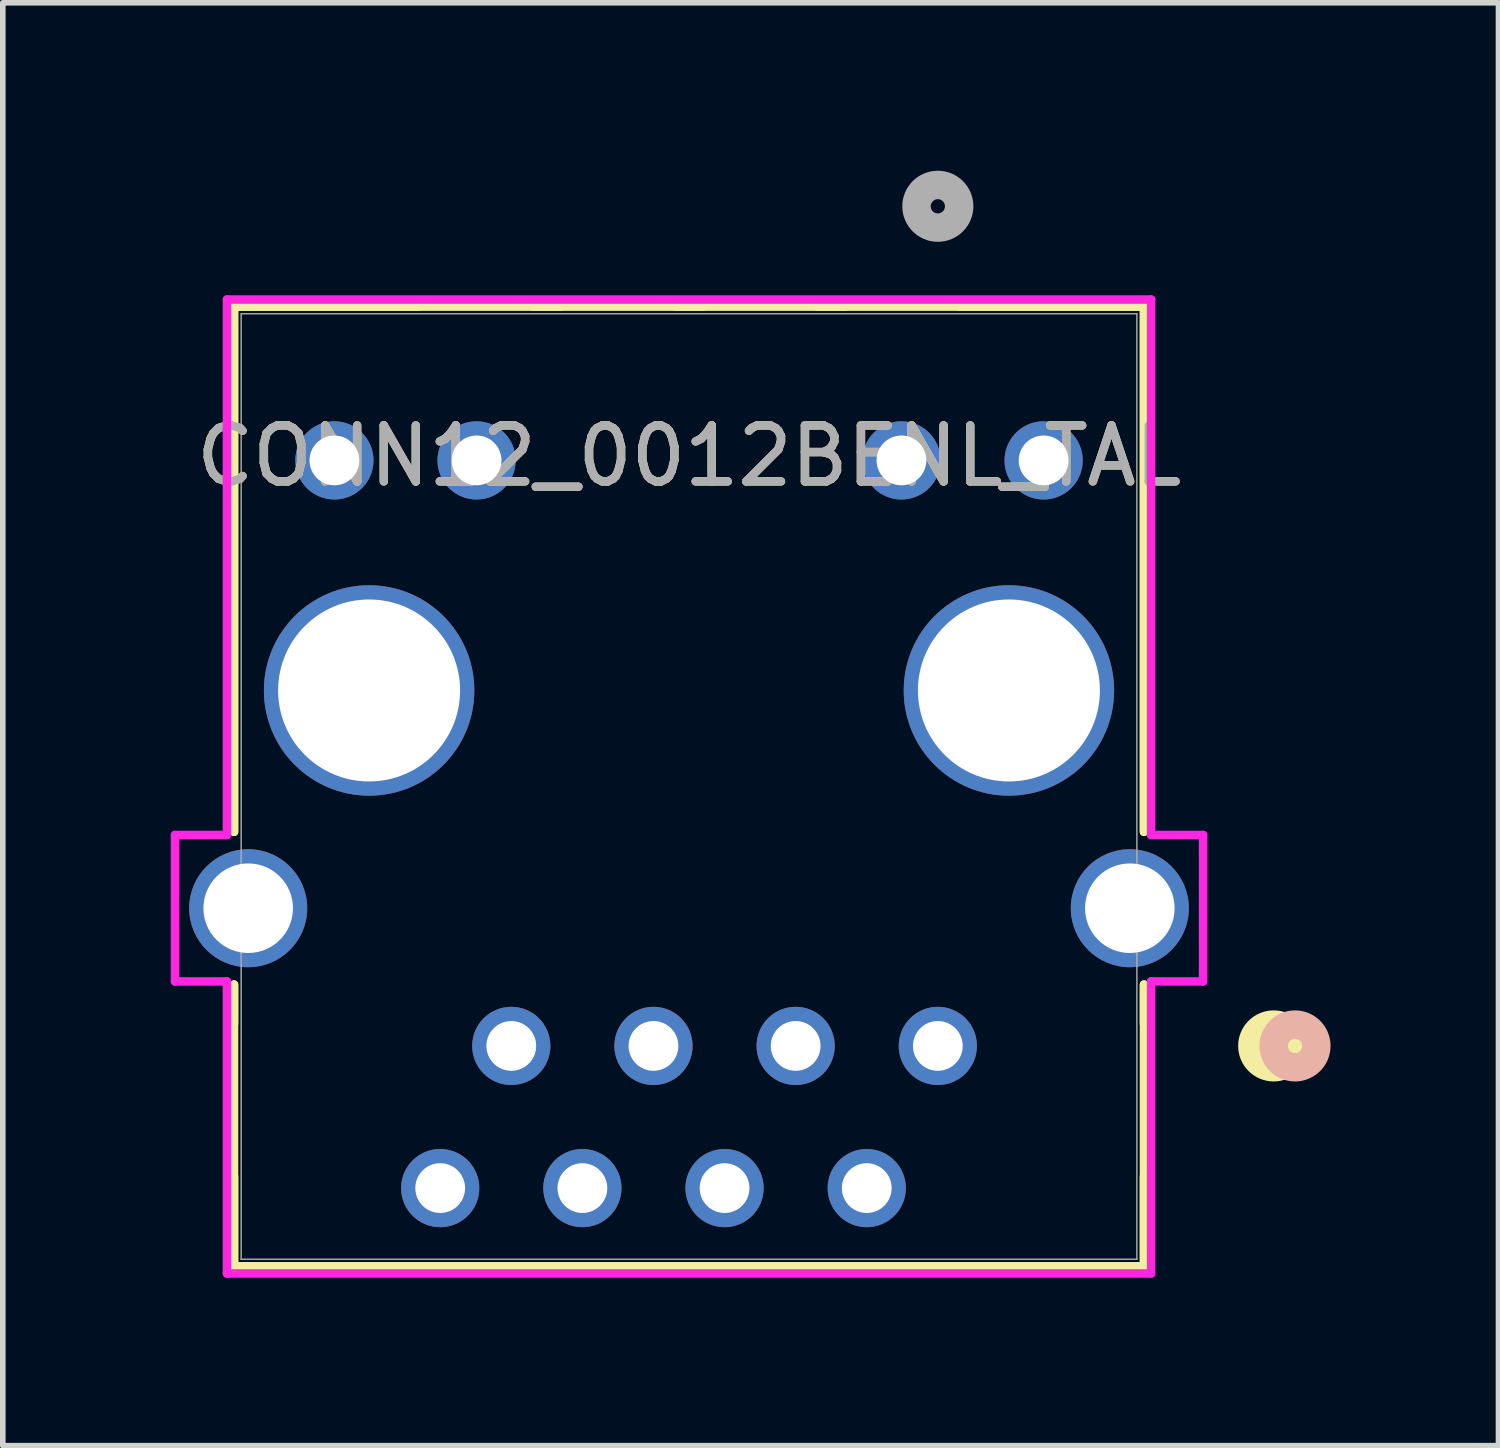
<source format=kicad_pcb>
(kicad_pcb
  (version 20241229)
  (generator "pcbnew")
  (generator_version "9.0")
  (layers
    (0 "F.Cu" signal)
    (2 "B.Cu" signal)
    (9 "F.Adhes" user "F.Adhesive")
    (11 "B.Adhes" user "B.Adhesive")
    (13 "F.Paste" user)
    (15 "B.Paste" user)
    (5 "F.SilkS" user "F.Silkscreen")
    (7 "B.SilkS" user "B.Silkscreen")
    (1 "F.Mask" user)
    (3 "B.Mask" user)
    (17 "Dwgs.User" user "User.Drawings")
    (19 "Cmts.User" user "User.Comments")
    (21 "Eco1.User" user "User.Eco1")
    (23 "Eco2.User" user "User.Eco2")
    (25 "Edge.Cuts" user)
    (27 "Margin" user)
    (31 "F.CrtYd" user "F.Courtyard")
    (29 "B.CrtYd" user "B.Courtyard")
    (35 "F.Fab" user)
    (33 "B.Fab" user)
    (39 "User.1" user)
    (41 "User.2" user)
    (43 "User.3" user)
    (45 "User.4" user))
  (footprint "CONN12_0012BENL_TAL"
    (layer "F.Cu")
    (at 13.704 15.635)
    (property "Reference" "CONN12_0012BENL_TAL" (at -4.445 -10.54 0) (unlocked yes) (layer "F.SilkS") (effects (font (size 1 1) (thickness 0.15))))
    (attr through_hole)
    (fp_line (start -12.573 -13.207) (end -12.573 -3.824) (stroke (width 0.152) (type solid)) (layer "F.SilkS"))
    (fp_line (start -12.573 -13.207) (end 3.683 -13.207) (stroke (width 0.152) (type solid)) (layer "F.SilkS"))
    (fp_line (start -12.573 -3.824) (end -12.573 -13.207) (stroke (width 0.152) (type solid)) (layer "F.SilkS"))
    (fp_line (start -12.573 -1.096) (end -12.573 -0.394) (stroke (width 0.152) (type solid)) (layer "F.SilkS"))
    (fp_line (start -12.573 2.334) (end -12.573 3.938) (stroke (width 0.152) (type solid)) (layer "F.SilkS"))
    (fp_line (start -12.573 3.938) (end -12.573 -1.096) (stroke (width 0.152) (type solid)) (layer "F.SilkS"))
    (fp_line (start -12.573 3.938) (end 3.683 3.938) (stroke (width 0.152) (type solid)) (layer "F.SilkS"))
    (fp_line (start -9.278 -13.207) (end -12.573 -13.207) (stroke (width 0.152) (type solid)) (layer "F.SilkS"))
    (fp_line (start -6.738 -13.207) (end -7.232 -13.207) (stroke (width 0.152) (type solid)) (layer "F.SilkS"))
    (fp_line (start -4.198 -13.207) (end -4.692 -13.207) (stroke (width 0.152) (type solid)) (layer "F.SilkS"))
    (fp_line (start -1.658 -13.207) (end -2.152 -13.207) (stroke (width 0.152) (type solid)) (layer "F.SilkS"))
    (fp_line (start 3.683 -13.207) (end 0.388 -13.207) (stroke (width 0.152) (type solid)) (layer "F.SilkS"))
    (fp_line (start 3.683 -13.207) (end 3.683 -3.824) (stroke (width 0.152) (type solid)) (layer "F.SilkS"))
    (fp_line (start 3.683 -3.824) (end 3.683 -13.207) (stroke (width 0.152) (type solid)) (layer "F.SilkS"))
    (fp_line (start 3.683 -1.096) (end 3.683 3.938) (stroke (width 0.152) (type solid)) (layer "F.SilkS"))
    (fp_line (start 3.683 -0.394) (end 3.683 -1.096) (stroke (width 0.152) (type solid)) (layer "F.SilkS"))
    (fp_line (start 3.683 3.938) (end -12.573 3.938) (stroke (width 0.152) (type solid)) (layer "F.SilkS"))
    (fp_line (start 3.683 3.938) (end 3.683 2.334) (stroke (width 0.152) (type solid)) (layer "F.SilkS"))
    (fp_circle (center 6 0) (end 6.381 0) (stroke (width 0.508) (type solid)) (fill no) (layer "F.SilkS"))
    (fp_circle (center 6.381 0) (end 6.762 0) (stroke (width 0.508) (type solid)) (fill no) (layer "B.SilkS"))
    (fp_line (start -13.628 -3.768) (end -13.628 -1.152) (stroke (width 0.152) (type solid)) (layer "F.CrtYd"))
    (fp_line (start -13.628 -1.152) (end -12.7 -1.152) (stroke (width 0.152) (type solid)) (layer "F.CrtYd"))
    (fp_line (start -12.7 -13.334) (end -12.7 -3.768) (stroke (width 0.152) (type solid)) (layer "F.CrtYd"))
    (fp_line (start -12.7 -3.768) (end -13.628 -3.768) (stroke (width 0.152) (type solid)) (layer "F.CrtYd"))
    (fp_line (start -12.7 -1.152) (end -12.7 4.065) (stroke (width 0.152) (type solid)) (layer "F.CrtYd"))
    (fp_line (start -12.7 4.065) (end 3.81 4.065) (stroke (width 0.152) (type solid)) (layer "F.CrtYd"))
    (fp_line (start 3.81 -13.334) (end -12.7 -13.334) (stroke (width 0.152) (type solid)) (layer "F.CrtYd"))
    (fp_line (start 3.81 -3.768) (end 3.81 -13.334) (stroke (width 0.152) (type solid)) (layer "F.CrtYd"))
    (fp_line (start 3.81 -1.152) (end 4.738 -1.152) (stroke (width 0.152) (type solid)) (layer "F.CrtYd"))
    (fp_line (start 3.81 4.065) (end 3.81 -1.152) (stroke (width 0.152) (type solid)) (layer "F.CrtYd"))
    (fp_line (start 4.738 -3.768) (end 3.81 -3.768) (stroke (width 0.152) (type solid)) (layer "F.CrtYd"))
    (fp_line (start 4.738 -1.152) (end 4.738 -3.768) (stroke (width 0.152) (type solid)) (layer "F.CrtYd"))
    (fp_line (start -12.446 -13.08) (end -12.446 3.811) (stroke (width 0.025) (type solid)) (layer "F.Fab"))
    (fp_line (start -12.446 3.811) (end 3.556 3.811) (stroke (width 0.025) (type solid)) (layer "F.Fab"))
    (fp_line (start 3.556 -13.08) (end -12.446 -13.08) (stroke (width 0.025) (type solid)) (layer "F.Fab"))
    (fp_line (start 3.556 3.811) (end 3.556 -13.08) (stroke (width 0.025) (type solid)) (layer "F.Fab"))
    (fp_circle (center 0 -15) (end 0.381 -15) (stroke (width 0.508) (type solid)) (fill no) (layer "F.Fab"))
    (fp_text user "${REFERENCE}" (at -4.445 -10.54 0) (unlocked yes) (layer "F.Fab") (effects (font (size 1 1) (thickness 0.15))))
    (pad "1" thru_hole circle (at 0 0) (size 1.397 1.397) (drill 0.889) (layers "*.Cu" "*.Mask"))
    (pad "2" thru_hole circle (at -1.27 2.54) (size 1.397 1.397) (drill 0.889) (layers "*.Cu" "*.Mask"))
    (pad "3" thru_hole circle (at -2.54 0) (size 1.397 1.397) (drill 0.889) (layers "*.Cu" "*.Mask"))
    (pad "4" thru_hole circle (at -3.81 2.54) (size 1.397 1.397) (drill 0.889) (layers "*.Cu" "*.Mask"))
    (pad "5" thru_hole circle (at -5.08 0) (size 1.397 1.397) (drill 0.889) (layers "*.Cu" "*.Mask"))
    (pad "6" thru_hole circle (at -6.35 2.54) (size 1.397 1.397) (drill 0.889) (layers "*.Cu" "*.Mask"))
    (pad "7" thru_hole circle (at -7.62 0) (size 1.397 1.397) (drill 0.889) (layers "*.Cu" "*.Mask"))
    (pad "8" thru_hole circle (at -8.89 2.54) (size 1.397 1.397) (drill 0.889) (layers "*.Cu" "*.Mask"))
    (pad "9" thru_hole circle (at 1.89 -10.46) (size 1.397 1.397) (drill 0.889) (layers "*.Cu" "*.Mask"))
    (pad "10" thru_hole circle (at -0.65 -10.46) (size 1.397 1.397) (drill 0.889) (layers "*.Cu" "*.Mask"))
    (pad "11" thru_hole circle (at -8.24 -10.46) (size 1.397 1.397) (drill 0.889) (layers "*.Cu" "*.Mask"))
    (pad "12" thru_hole circle (at -10.78 -10.46) (size 1.397 1.397) (drill 0.889) (layers "*.Cu" "*.Mask"))
    (pad "13" thru_hole circle (at -10.16 -6.35) (size 3.759 3.759) (drill 3.251) (layers "*.Cu" "*.Mask"))
    (pad "14" thru_hole circle (at -12.32 -2.46) (size 2.108 2.108) (drill 1.6) (layers "*.Cu" "*.Mask"))
    (pad "15" thru_hole circle (at 1.27 -6.35) (size 3.759 3.759) (drill 3.251) (layers "*.Cu" "*.Mask"))
    (pad "16" thru_hole circle (at 3.43 -2.46) (size 2.108 2.108) (drill 1.6) (layers "*.Cu" "*.Mask")))
  (gr_rect
    (start -3 -3)
    (end 23.72 22.776)
    (stroke (width 0.1) (type default))
    (fill no)
    (layer "Edge.Cuts")))
</source>
